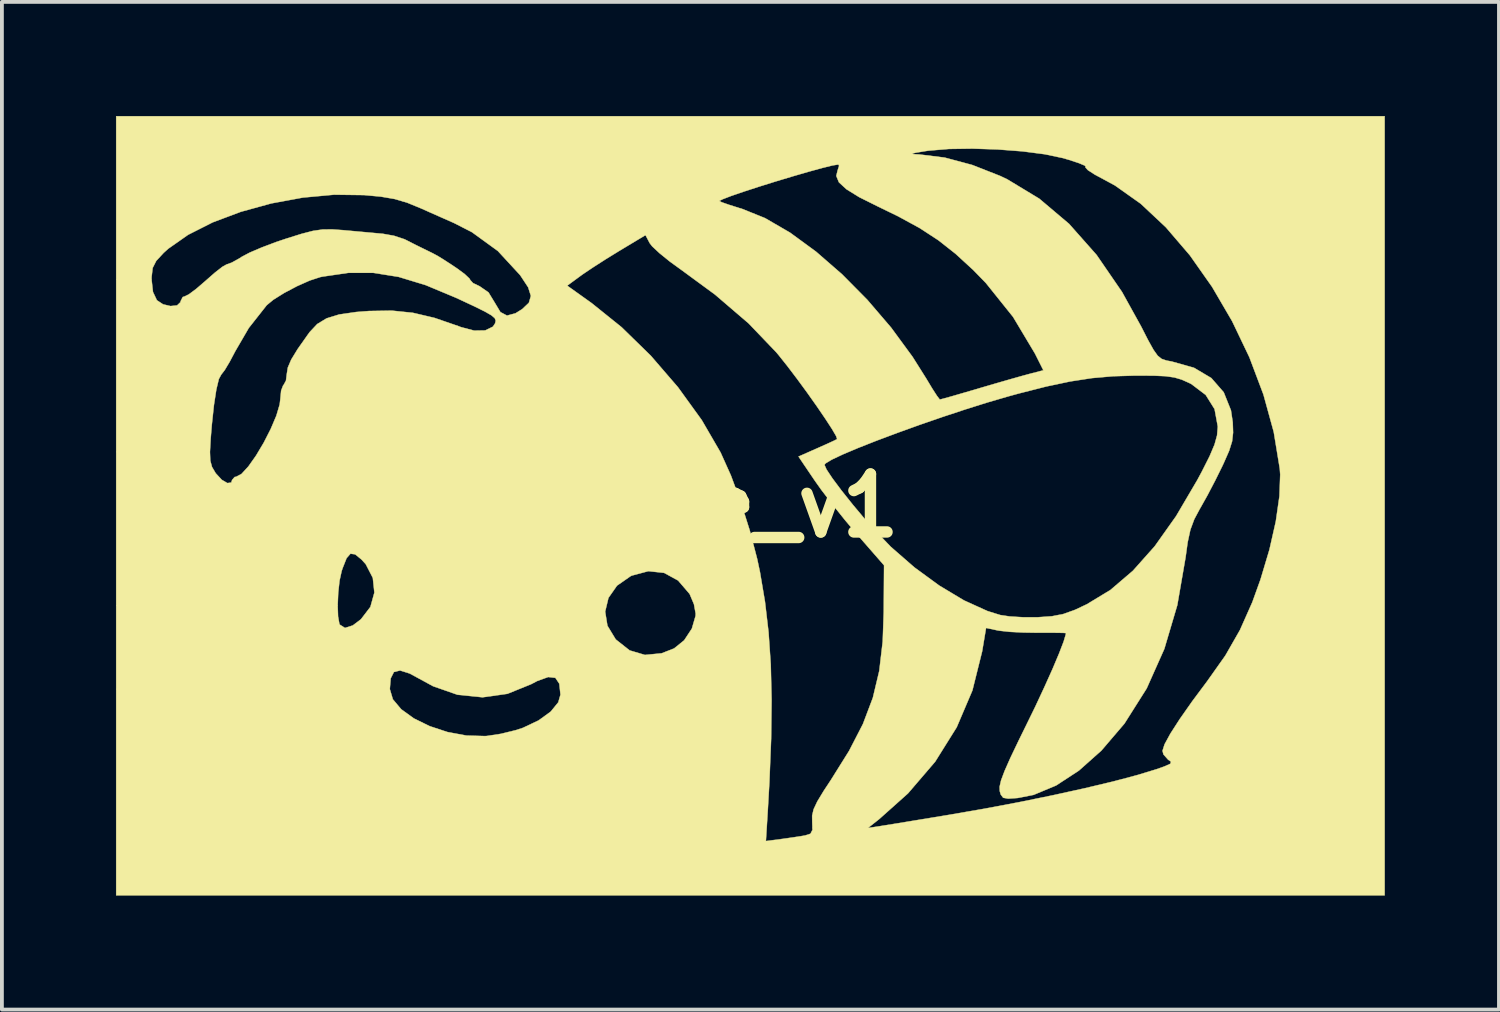
<source format=kicad_pcb>
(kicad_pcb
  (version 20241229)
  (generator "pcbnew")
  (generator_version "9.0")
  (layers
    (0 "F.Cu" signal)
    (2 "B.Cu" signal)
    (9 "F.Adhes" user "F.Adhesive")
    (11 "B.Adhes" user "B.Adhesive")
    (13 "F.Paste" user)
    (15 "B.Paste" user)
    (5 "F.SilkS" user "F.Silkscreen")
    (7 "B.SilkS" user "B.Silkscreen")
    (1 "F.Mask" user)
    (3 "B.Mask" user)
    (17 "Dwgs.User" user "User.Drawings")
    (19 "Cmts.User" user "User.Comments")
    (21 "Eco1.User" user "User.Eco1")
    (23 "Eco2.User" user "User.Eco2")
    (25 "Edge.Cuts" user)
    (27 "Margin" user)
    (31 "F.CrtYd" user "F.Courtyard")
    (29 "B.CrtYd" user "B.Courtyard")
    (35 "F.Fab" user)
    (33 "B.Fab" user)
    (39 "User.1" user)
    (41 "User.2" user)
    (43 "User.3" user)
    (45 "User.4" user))
  (footprint "bee_v1"
    (layer "F.Cu")
    (at 16.684 10.25)
    (property "Reference" "bee_v1" (at 0 0 0) (layer "F.SilkS") (effects (font (size 1.524 1.524) (thickness 0.3))))
    (attr through_hole)
    (fp_poly (pts (xy 16.679 10.245) (xy -16.679 10.245) (xy -16.679 4.821) (xy -9.483 4.821) (xy -9.403 5.09) (xy -9.183 5.352) (xy -8.851 5.592) (xy -8.435 5.796) (xy -7.966 5.951) (xy -7.471 6.043) (xy -6.98 6.057) (xy -6.931 6.054) (xy -6.563 5.998) (xy -6.164 5.9) (xy -5.982 5.84) (xy -5.572 5.646) (xy -5.253 5.415) (xy -5.053 5.17) (xy -4.995 4.968) (xy -5.026 4.679) (xy -5.129 4.525) (xy -5.318 4.504) (xy -5.606 4.608) (xy -5.768 4.693) (xy -6.39 4.945) (xy -7.043 5.037) (xy -7.703 4.97) (xy -8.347 4.745) (xy -8.594 4.61) (xy -8.959 4.412) (xy -9.213 4.332) (xy -9.375 4.372) (xy -9.459 4.538) (xy -9.483 4.821) (xy -16.679 4.821) (xy -16.679 2.622) (xy -10.854 2.622) (xy -10.844 2.912) (xy -10.81 3.103) (xy -10.798 3.127) (xy -10.662 3.213) (xy -10.456 3.147) (xy -10.242 2.985) (xy -10.088 2.784) (xy -3.82 2.784) (xy -3.76 3.155) (xy -3.548 3.505) (xy -3.533 3.522) (xy -3.176 3.804) (xy -2.774 3.923) (xy -2.334 3.88) (xy -2.007 3.752) (xy -1.743 3.539) (xy -1.54 3.231) (xy -1.443 2.898) (xy -1.44 2.836) (xy -1.485 2.588) (xy -1.595 2.328) (xy -1.605 2.312) (xy -1.903 1.965) (xy -2.27 1.765) (xy -2.684 1.72) (xy -3.118 1.836) (xy -3.15 1.851) (xy -3.508 2.1) (xy -3.733 2.422) (xy -3.82 2.784) (xy -10.088 2.784) (xy -9.993 2.659) (xy -9.889 2.284) (xy -9.93 1.897) (xy -10.115 1.538) (xy -10.229 1.412) (xy -10.396 1.277) (xy -10.518 1.261) (xy -10.62 1.378) (xy -10.725 1.644) (xy -10.75 1.72) (xy -10.805 1.97) (xy -10.84 2.29) (xy -10.854 2.622) (xy -16.679 2.622) (xy -16.679 -1.415) (xy -14.213 -1.415) (xy -14.204 -1.186) (xy -14.159 -1.021) (xy -14.071 -0.87) (xy -14.058 -0.851) (xy -13.902 -0.682) (xy -13.754 -0.596) (xy -13.653 -0.61) (xy -13.631 -0.677) (xy -13.564 -0.756) (xy -13.525 -0.762) (xy -13.385 -0.835) (xy -13.203 -1.033) (xy -13.001 -1.319) (xy -12.798 -1.66) (xy -12.614 -2.021) (xy -12.467 -2.367) (xy -12.379 -2.664) (xy -12.362 -2.81) (xy -12.341 -3.028) (xy -12.289 -3.164) (xy -12.277 -3.175) (xy -12.214 -3.29) (xy -12.192 -3.465) (xy -12.165 -3.634) (xy -12.075 -3.845) (xy -11.905 -4.123) (xy -11.642 -4.496) (xy -11.589 -4.569) (xy -11.393 -4.778) (xy -11.146 -4.928) (xy -10.815 -5.03) (xy -10.367 -5.095) (xy -10.031 -5.121) (xy -9.43 -5.131) (xy -8.876 -5.074) (xy -8.31 -4.941) (xy -7.672 -4.721) (xy -7.613 -4.698) (xy -7.266 -4.606) (xy -6.974 -4.611) (xy -6.772 -4.709) (xy -6.714 -4.797) (xy -6.698 -4.867) (xy -6.722 -4.932) (xy -6.809 -5.007) (xy -6.981 -5.106) (xy -7.26 -5.244) (xy -7.667 -5.434) (xy -7.747 -5.471) (xy -8.542 -5.803) (xy -9.253 -6.019) (xy -9.918 -6.125) (xy -10.572 -6.125) (xy -11.25 -6.026) (xy -11.313 -6.013) (xy -11.587 -5.924) (xy -11.922 -5.775) (xy -12.261 -5.596) (xy -12.547 -5.417) (xy -12.719 -5.275) (xy -13.191 -4.676) (xy -13.547 -4.064) (xy -13.694 -3.786) (xy -13.823 -3.57) (xy -13.908 -3.459) (xy -13.912 -3.456) (xy -13.979 -3.333) (xy -14.045 -3.058) (xy -14.108 -2.649) (xy -14.164 -2.126) (xy -14.194 -1.761) (xy -14.213 -1.415) (xy -16.679 -1.415) (xy -16.679 -5.95) (xy -15.748 -5.95) (xy -15.711 -5.621) (xy -15.608 -5.404) (xy -15.446 -5.297) (xy -15.25 -5.251) (xy -15.077 -5.269) (xy -14.988 -5.354) (xy -14.986 -5.376) (xy -14.929 -5.489) (xy -14.88 -5.504) (xy -14.77 -5.558) (xy -14.577 -5.701) (xy -14.342 -5.903) (xy -14.315 -5.927) (xy -14.08 -6.133) (xy -13.886 -6.284) (xy -13.77 -6.349) (xy -13.764 -6.35) (xy -13.64 -6.394) (xy -13.443 -6.503) (xy -13.376 -6.547) (xy -13.17 -6.656) (xy -12.852 -6.792) (xy -12.471 -6.936) (xy -12.209 -7.024) (xy -11.803 -7.151) (xy -11.502 -7.229) (xy -11.252 -7.265) (xy -11 -7.268) (xy -10.691 -7.246) (xy -10.685 -7.245) (xy -10.31 -7.211) (xy -9.948 -7.178) (xy -9.675 -7.153) (xy -9.669 -7.153) (xy -9.372 -7.1) (xy -9.1 -7.01) (xy -9.056 -6.989) (xy -8.793 -6.855) (xy -8.53 -6.726) (xy -8.357 -6.641) (xy -8.221 -6.568) (xy -8.07 -6.475) (xy -7.853 -6.334) (xy -7.717 -6.243) (xy -7.515 -6.094) (xy -7.388 -5.974) (xy -7.366 -5.934) (xy -7.295 -5.856) (xy -7.124 -5.774) (xy -7.122 -5.773) (xy -6.888 -5.611) (xy -6.724 -5.342) (xy -6.575 -5.093) (xy -6.402 -5.001) (xy -6.178 -5.061) (xy -6.003 -5.17) (xy -5.826 -5.337) (xy -5.773 -5.518) (xy -5.845 -5.745) (xy -5.873 -5.788) (xy -4.818 -5.788) (xy -4.174 -5.328) (xy -3.387 -4.695) (xy -2.618 -3.944) (xy -1.904 -3.116) (xy -1.279 -2.252) (xy -0.781 -1.395) (xy -0.78 -1.391) (xy -0.513 -0.797) (xy -0.252 -0.094) (xy -0.015 0.657) (xy 0.177 1.394) (xy 0.251 1.742) (xy 0.383 2.522) (xy 0.477 3.325) (xy 0.535 4.175) (xy 0.557 5.099) (xy 0.545 6.123) (xy 0.499 7.272) (xy 0.456 8.029) (xy 0.407 8.818) (xy 0.817 8.764) (xy 1.11 8.723) (xy 1.367 8.683) (xy 1.441 8.67) (xy 1.58 8.625) (xy 1.632 8.522) (xy 1.63 8.474) (xy 3.09 8.474) (xy 3.387 8.429) (xy 3.565 8.4) (xy 3.878 8.35) (xy 4.29 8.282) (xy 4.77 8.203) (xy 5.207 8.131) (xy 6.142 7.969) (xy 7.066 7.795) (xy 7.956 7.613) (xy 8.787 7.43) (xy 9.535 7.252) (xy 10.176 7.082) (xy 10.685 6.927) (xy 10.882 6.857) (xy 11.043 6.785) (xy 11.06 6.73) (xy 10.986 6.679) (xy 10.862 6.54) (xy 10.837 6.444) (xy 10.891 6.273) (xy 11.046 5.989) (xy 11.293 5.606) (xy 11.622 5.137) (xy 12.012 4.614) (xy 12.489 3.94) (xy 12.873 3.269) (xy 13.198 2.538) (xy 13.414 1.938) (xy 13.648 1.156) (xy 13.816 0.414) (xy 13.912 -0.255) (xy 13.932 -0.821) (xy 13.921 -0.974) (xy 13.762 -1.941) (xy 13.491 -2.925) (xy 13.122 -3.904) (xy 12.667 -4.855) (xy 12.14 -5.757) (xy 11.556 -6.587) (xy 10.926 -7.322) (xy 10.265 -7.942) (xy 9.586 -8.423) (xy 9.322 -8.566) (xy 9.054 -8.71) (xy 8.874 -8.827) (xy 8.809 -8.898) (xy 8.819 -8.909) (xy 8.794 -8.945) (xy 8.635 -9.012) (xy 8.372 -9.098) (xy 8.211 -9.145) (xy 7.74 -9.244) (xy 7.153 -9.32) (xy 6.503 -9.37) (xy 5.841 -9.392) (xy 5.221 -9.383) (xy 4.694 -9.339) (xy 4.614 -9.328) (xy 4.353 -9.285) (xy 4.248 -9.26) (xy 4.289 -9.246) (xy 4.445 -9.238) (xy 5.108 -9.156) (xy 5.833 -8.962) (xy 6.571 -8.672) (xy 6.757 -8.583) (xy 7.597 -8.075) (xy 8.379 -7.414) (xy 9.103 -6.597) (xy 9.772 -5.623) (xy 10.273 -4.718) (xy 10.463 -4.346) (xy 10.601 -4.099) (xy 10.71 -3.946) (xy 10.815 -3.862) (xy 10.941 -3.819) (xy 11.08 -3.793) (xy 11.664 -3.629) (xy 12.121 -3.358) (xy 12.447 -2.984) (xy 12.637 -2.51) (xy 12.684 -2.195) (xy 12.693 -1.923) (xy 12.667 -1.694) (xy 12.59 -1.448) (xy 12.449 -1.126) (xy 12.411 -1.045) (xy 12.223 -0.665) (xy 12.017 -0.271) (xy 11.834 0.055) (xy 11.82 0.078) (xy 11.672 0.355) (xy 11.57 0.63) (xy 11.498 0.962) (xy 11.444 1.355) (xy 11.226 2.613) (xy 10.885 3.764) (xy 10.421 4.804) (xy 9.836 5.729) (xy 9.229 6.439) (xy 8.639 6.964) (xy 8.039 7.356) (xy 7.447 7.603) (xy 7.03 7.685) (xy 6.779 7.702) (xy 6.647 7.679) (xy 6.583 7.594) (xy 6.557 7.504) (xy 6.553 7.39) (xy 6.592 7.22) (xy 6.684 6.975) (xy 6.835 6.633) (xy 7.054 6.175) (xy 7.228 5.821) (xy 7.49 5.285) (xy 7.732 4.766) (xy 7.945 4.292) (xy 8.116 3.886) (xy 8.236 3.574) (xy 8.294 3.38) (xy 8.297 3.348) (xy 8.219 3.343) (xy 8.01 3.34) (xy 7.708 3.34) (xy 7.556 3.34) (xy 7.175 3.334) (xy 6.821 3.316) (xy 6.555 3.287) (xy 6.506 3.279) (xy 6.197 3.213) (xy 6.094 3.829) (xy 5.838 4.856) (xy 5.425 5.825) (xy 4.859 6.73) (xy 4.143 7.565) (xy 3.387 8.24) (xy 3.09 8.474) (xy 1.63 8.474) (xy 1.625 8.311) (xy 1.623 8.148) (xy 1.662 7.982) (xy 1.758 7.778) (xy 1.926 7.5) (xy 2.112 7.218) (xy 2.594 6.447) (xy 2.959 5.739) (xy 3.219 5.052) (xy 3.388 4.343) (xy 3.479 3.568) (xy 3.506 2.794) (xy 3.514 1.566) (xy 2.812 0.762) (xy 2.489 0.379) (xy 2.159 -0.033) (xy 1.865 -0.418) (xy 1.688 -0.668) (xy 1.411 -1.077) (xy 1.947 -1.077) (xy 2.002 -0.953) (xy 2.154 -0.724) (xy 2.389 -0.409) (xy 2.693 -0.028) (xy 3.049 0.397) (xy 3.133 0.495) (xy 3.691 1.079) (xy 4.313 1.621) (xy 4.965 2.098) (xy 5.615 2.488) (xy 6.231 2.768) (xy 6.566 2.873) (xy 6.819 2.911) (xy 7.168 2.932) (xy 7.538 2.932) (xy 7.554 2.932) (xy 7.928 2.906) (xy 8.23 2.847) (xy 8.536 2.737) (xy 8.848 2.59) (xy 9.467 2.215) (xy 10.059 1.709) (xy 10.632 1.065) (xy 11.194 0.273) (xy 11.753 -0.678) (xy 11.87 -0.896) (xy 12.076 -1.304) (xy 12.205 -1.609) (xy 12.272 -1.851) (xy 12.29 -2.069) (xy 12.29 -2.088) (xy 12.206 -2.542) (xy 11.973 -2.914) (xy 11.595 -3.201) (xy 11.533 -3.232) (xy 11.34 -3.318) (xy 11.15 -3.374) (xy 10.92 -3.407) (xy 10.608 -3.421) (xy 10.174 -3.423) (xy 10.118 -3.423) (xy 9.537 -3.406) (xy 8.981 -3.357) (xy 8.41 -3.269) (xy 7.78 -3.136) (xy 7.049 -2.95) (xy 6.765 -2.872) (xy 6.231 -2.716) (xy 5.652 -2.534) (xy 5.05 -2.335) (xy 4.445 -2.126) (xy 3.86 -1.915) (xy 3.316 -1.711) (xy 2.834 -1.521) (xy 2.436 -1.353) (xy 2.143 -1.215) (xy 1.977 -1.115) (xy 1.947 -1.077) (xy 1.411 -1.077) (xy 1.265 -1.294) (xy 1.754 -1.51) (xy 2.014 -1.626) (xy 2.205 -1.714) (xy 2.28 -1.753) (xy 2.254 -1.832) (xy 2.144 -2.021) (xy 1.968 -2.291) (xy 1.745 -2.618) (xy 1.493 -2.974) (xy 1.23 -3.333) (xy 0.974 -3.67) (xy 0.745 -3.958) (xy 0.678 -4.038) (xy -0.048 -4.796) (xy -0.931 -5.553) (xy -1.799 -6.19) (xy -2.119 -6.422) (xy -2.392 -6.643) (xy -2.584 -6.823) (xy -2.649 -6.907) (xy -2.759 -7.117) (xy -3.448 -6.703) (xy -3.799 -6.487) (xy -4.137 -6.27) (xy -4.407 -6.089) (xy -4.477 -6.038) (xy -4.818 -5.788) (xy -5.873 -5.788) (xy -6.045 -6.049) (xy -6.064 -6.074) (xy -6.642 -6.7) (xy -7.324 -7.195) (xy -7.794 -7.435) (xy -8.128 -7.583) (xy -8.435 -7.719) (xy -8.655 -7.817) (xy -8.678 -7.827) (xy -9.032 -7.972) (xy -9.181 -8.016) (xy -0.818 -8.016) (xy -0.755 -7.982) (xy -0.567 -7.916) (xy -0.292 -7.829) (xy -0.228 -7.811) (xy 0.385 -7.564) (xy 1.043 -7.182) (xy 1.725 -6.683) (xy 2.409 -6.088) (xy 3.075 -5.415) (xy 3.701 -4.684) (xy 4.265 -3.915) (xy 4.619 -3.353) (xy 4.779 -3.087) (xy 4.906 -2.89) (xy 4.977 -2.797) (xy 4.983 -2.794) (xy 5.074 -2.817) (xy 5.294 -2.878) (xy 5.611 -2.97) (xy 5.992 -3.081) (xy 6.003 -3.085) (xy 6.426 -3.209) (xy 6.825 -3.324) (xy 7.154 -3.417) (xy 7.345 -3.469) (xy 7.704 -3.562) (xy 7.482 -4.004) (xy 6.907 -4.966) (xy 6.191 -5.859) (xy 5.859 -6.2) (xy 5.397 -6.624) (xy 4.944 -6.981) (xy 4.454 -7.301) (xy 3.882 -7.613) (xy 3.347 -7.873) (xy 2.86 -8.116) (xy 2.524 -8.324) (xy 2.327 -8.506) (xy 2.258 -8.674) (xy 2.293 -8.818) (xy 2.333 -8.942) (xy 2.31 -8.974) (xy 2.161 -8.95) (xy 1.889 -8.883) (xy 1.528 -8.784) (xy 1.108 -8.662) (xy 0.663 -8.528) (xy 0.225 -8.391) (xy -0.175 -8.261) (xy -0.504 -8.148) (xy -0.73 -8.061) (xy -0.818 -8.016) (xy -9.181 -8.016) (xy -9.356 -8.067) (xy -9.718 -8.129) (xy -10.16 -8.17) (xy -10.947 -8.18) (xy -11.77 -8.104) (xy -12.599 -7.951) (xy -13.399 -7.731) (xy -14.14 -7.453) (xy -14.787 -7.126) (xy -15.309 -6.76) (xy -15.431 -6.65) (xy -15.626 -6.439) (xy -15.719 -6.255) (xy -15.747 -6.02) (xy -15.748 -5.95) (xy -16.679 -5.95) (xy -16.679 -10.245) (xy 16.679 -10.245) (xy 16.679 10.245)) (stroke (width 0.01) (type solid)) (fill yes) (layer "F.SilkS")))
  (gr_rect
    (start -3 -3)
    (end 36.369 23.499)
    (stroke (width 0.1) (type default))
    (fill no)
    (layer "Edge.Cuts")))
</source>
